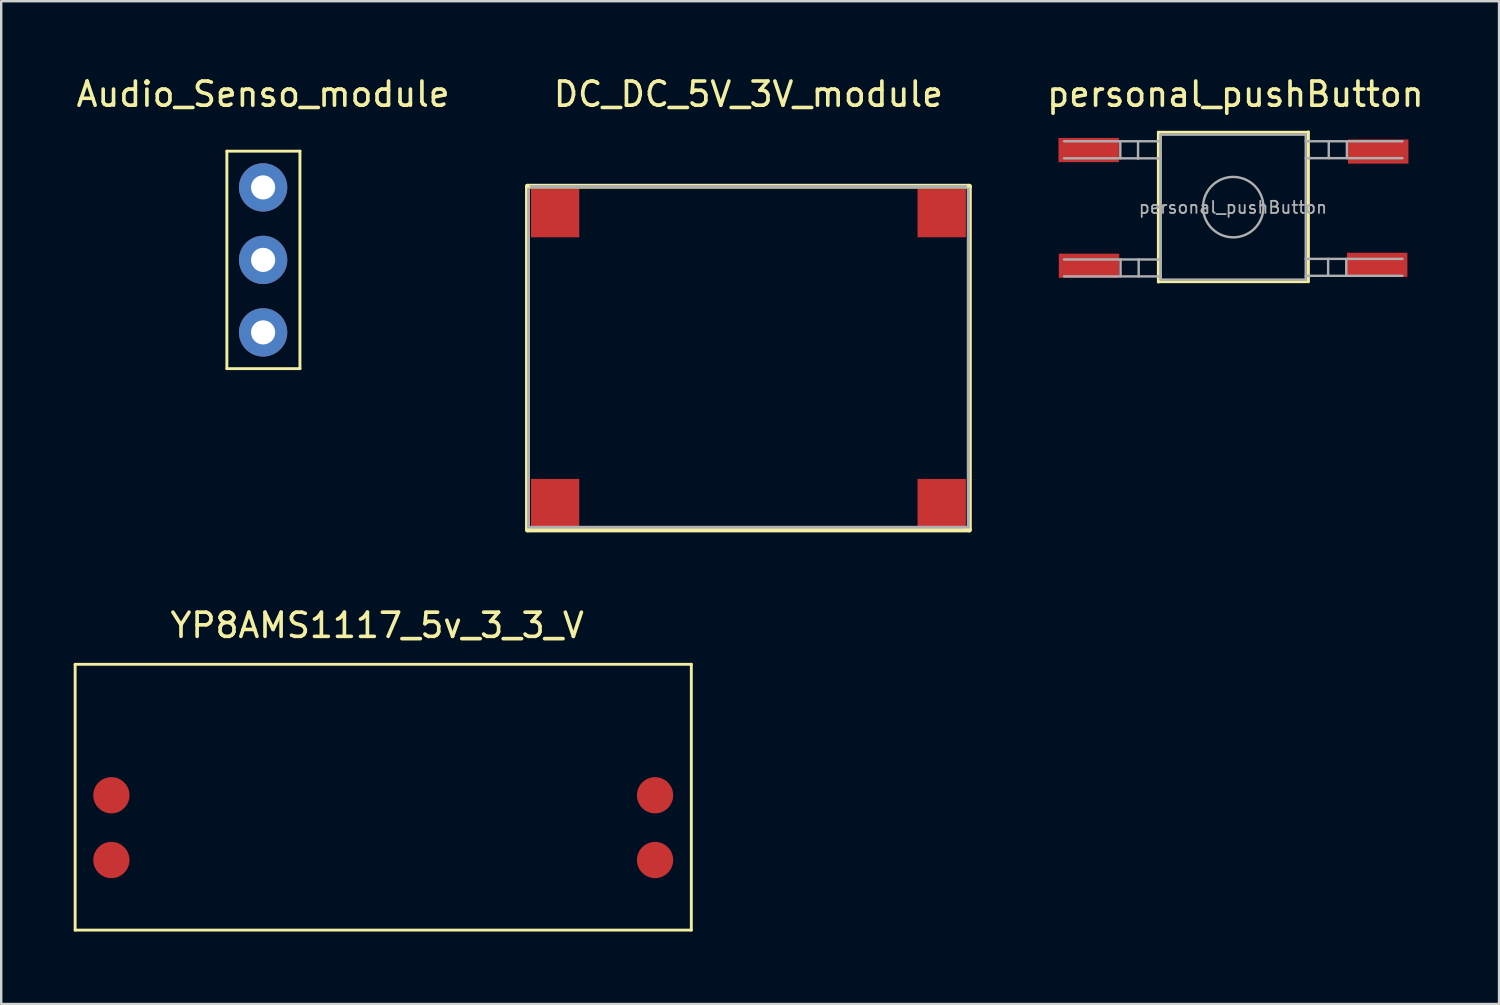
<source format=kicad_pcb>
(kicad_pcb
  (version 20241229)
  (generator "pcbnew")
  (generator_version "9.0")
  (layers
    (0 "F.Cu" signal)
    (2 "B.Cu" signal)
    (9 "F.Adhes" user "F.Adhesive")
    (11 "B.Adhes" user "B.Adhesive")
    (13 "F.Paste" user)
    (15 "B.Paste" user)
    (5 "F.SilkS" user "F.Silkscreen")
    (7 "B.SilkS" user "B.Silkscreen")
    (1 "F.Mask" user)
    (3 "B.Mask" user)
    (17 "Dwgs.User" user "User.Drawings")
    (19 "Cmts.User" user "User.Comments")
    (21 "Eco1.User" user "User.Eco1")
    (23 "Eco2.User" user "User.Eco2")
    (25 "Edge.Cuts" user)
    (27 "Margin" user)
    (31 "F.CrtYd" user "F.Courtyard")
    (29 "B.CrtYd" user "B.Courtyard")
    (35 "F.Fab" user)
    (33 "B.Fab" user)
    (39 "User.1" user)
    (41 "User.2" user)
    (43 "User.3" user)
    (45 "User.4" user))
  (footprint "Audio_Senso_module"
    (layer "F.Cu")
    (at 7.839 7.706)
    (property "Reference" "Audio_Senso_module" (at 0 -6.858 0) (layer "F.SilkS") (effects (font (size 1 1) (thickness 0.15))))
    (attr through_hole)
    (fp_line (start -1.5 -4.5) (end -1.5 4.5) (stroke (width 0.12) (type solid)) (layer "F.SilkS"))
    (fp_line (start -1.5 -4.5) (end 1.524 -4.5) (stroke (width 0.12) (type solid)) (layer "F.SilkS"))
    (fp_line (start -1.5 4.5) (end 1.524 4.5) (stroke (width 0.12) (type solid)) (layer "F.SilkS"))
    (fp_line (start 1.524 -4.5) (end 1.524 4.5) (stroke (width 0.12) (type solid)) (layer "F.SilkS"))
    (pad "1" thru_hole circle (at 0 3) (size 2 2) (drill 1) (layers "*.Cu" "*.Mask"))
    (pad "2" thru_hole circle (at 0 0) (size 2 2) (drill 1) (layers "*.Cu" "*.Mask"))
    (pad "3" thru_hole circle (at 0 -3) (size 2 2) (drill 1) (layers "*.Cu" "*.Mask")))
  (footprint "DC_DC_5V_3V_module"
    (layer "F.Cu")
    (at 27.923 11.77)
    (property "Reference" "DC_DC_5V_3V_module" (at 0 -10.922 0) (layer "F.SilkS") (effects (font (size 1 1) (thickness 0.15))))
    (attr through_hole)
    (fp_line (start -9.144 7.112) (end -9.144 -7.112) (stroke (width 0.2) (type solid)) (layer "F.SilkS"))
    (fp_line (start 9.144 -7.112) (end -9.144 -7.112) (stroke (width 0.2) (type solid)) (layer "F.SilkS"))
    (fp_line (start 9.144 7.112) (end -9.144 7.112) (stroke (width 0.2) (type solid)) (layer "F.SilkS"))
    (fp_line (start 9.144 7.112) (end 9.144 -7.112) (stroke (width 0.2) (type solid)) (layer "F.SilkS"))
    (fp_line (start -9.1 7) (end -9.1 -7) (stroke (width 0.12) (type solid)) (layer "F.Fab"))
    (fp_line (start -9 -7.1) (end 9 -7.1) (stroke (width 0.12) (type solid)) (layer "F.Fab"))
    (fp_line (start -9 7) (end 9 7) (stroke (width 0.12) (type solid)) (layer "F.Fab"))
    (fp_line (start 9.1 7) (end 9.1 -7) (stroke (width 0.12) (type solid)) (layer "F.Fab"))
    (pad "1" smd rect (at 8 6) (size 2 2) (layers "F.Cu" "F.Mask" "F.Paste"))
    (pad "2" smd rect (at -8 6) (size 2 2) (layers "F.Cu" "F.Mask" "F.Paste"))
    (pad "3" smd rect (at 8 -6) (size 2 2) (layers "F.Cu" "F.Mask" "F.Paste"))
    (pad "4" smd rect (at -8 -6) (size 2 2) (layers "F.Cu" "F.Mask" "F.Paste")))
  (footprint "YP8AMS1117_5v_3_3_V"
    (layer "F.Cu")
    (at 12.56 29.942)
    (property "Reference" "YP8AMS1117_5v_3_3_V" (at 0 -7.112 0) (layer "F.SilkS") (effects (font (size 1 1) (thickness 0.15))))
    (attr through_hole)
    (fp_line (start -12.5 -5.5) (end -12.5 5.5) (stroke (width 0.12) (type solid)) (layer "F.SilkS"))
    (fp_line (start -12.5 -5.5) (end 13 -5.5) (stroke (width 0.12) (type solid)) (layer "F.SilkS"))
    (fp_line (start -12.5 5.5) (end 13 5.5) (stroke (width 0.12) (type solid)) (layer "F.SilkS"))
    (fp_line (start 13 -5.5) (end 13 5.5) (stroke (width 0.12) (type solid)) (layer "F.SilkS"))
    (pad "1" smd circle (at -11 -0.08) (size 1.5 1.5) (layers "F.Cu" "F.Mask" "F.Paste"))
    (pad "2" smd circle (at -11 2.6) (size 1.5 1.5) (layers "F.Cu" "F.Mask" "F.Paste"))
    (pad "3" smd circle (at 11.5 -0.08) (size 1.5 1.5) (layers "F.Cu" "F.Mask" "F.Paste"))
    (pad "4" smd circle (at 11.5 2.6) (size 1.5 1.5) (layers "F.Cu" "F.Mask" "F.Paste")))
  (footprint "personal_pushButton"
    (layer "F.Cu")
    (at 47.988 5.522)
    (property "Reference" "personal_pushButton" (at 0.089 -4.674 0) (layer "F.SilkS") (effects (font (size 1 1) (thickness 0.15))))
    (attr smd)
    (fp_line (start -3.1 -3.1) (end 3.1 -3.1) (stroke (width 0.12) (type solid)) (layer "F.SilkS"))
    (fp_line (start -3.1 3.086) (end 3.1 3.086) (stroke (width 0.12) (type solid)) (layer "F.SilkS"))
    (fp_line (start -3.1 3.1) (end -3.1 -3.1) (stroke (width 0.12) (type solid)) (layer "F.SilkS"))
    (fp_line (start 3.111 3.086) (end 3.111 -3.114) (stroke (width 0.12) (type solid)) (layer "F.SilkS"))
    (fp_line (start -4.674 -2.718) (end -4.674 -2.018) (stroke (width 0.1) (type solid)) (layer "F.Fab"))
    (fp_line (start -4.664 2.166) (end -4.664 2.866) (stroke (width 0.1) (type solid)) (layer "F.Fab"))
    (fp_line (start -3.94 -2.705) (end -3.94 -2.005) (stroke (width 0.1) (type solid)) (layer "F.Fab"))
    (fp_line (start -3.914 2.166) (end -3.914 2.866) (stroke (width 0.1) (type solid)) (layer "F.Fab"))
    (fp_line (start -3 -3) (end 3 -3) (stroke (width 0.1) (type solid)) (layer "F.Fab"))
    (fp_line (start -3 -2.726) (end -7 -2.726) (stroke (width 0.1) (type solid)) (layer "F.Fab"))
    (fp_line (start -3 -2.02) (end -7 -2.02) (stroke (width 0.1) (type solid)) (layer "F.Fab"))
    (fp_line (start -3 2.166) (end -7 2.166) (stroke (width 0.1) (type solid)) (layer "F.Fab"))
    (fp_line (start -3 2.866) (end -7 2.866) (stroke (width 0.1) (type solid)) (layer "F.Fab"))
    (fp_line (start -3 3) (end -3 -3) (stroke (width 0.1) (type solid)) (layer "F.Fab"))
    (fp_line (start -3 3) (end 3 3) (stroke (width 0.1) (type solid)) (layer "F.Fab"))
    (fp_line (start 3 -3) (end 3 3) (stroke (width 0.1) (type solid)) (layer "F.Fab"))
    (fp_line (start 3 -2.726) (end 7 -2.726) (stroke (width 0.1) (type solid)) (layer "F.Fab"))
    (fp_line (start 3 -2.026) (end 7 -2.026) (stroke (width 0.1) (type solid)) (layer "F.Fab"))
    (fp_line (start 3 2.141) (end 7 2.141) (stroke (width 0.1) (type solid)) (layer "F.Fab"))
    (fp_line (start 3 2.841) (end 7 2.841) (stroke (width 0.1) (type solid)) (layer "F.Fab"))
    (fp_line (start 3.927 2.141) (end 3.927 2.841) (stroke (width 0.1) (type solid)) (layer "F.Fab"))
    (fp_line (start 3.953 -2.726) (end 3.953 -2.026) (stroke (width 0.1) (type solid)) (layer "F.Fab"))
    (fp_line (start 4.677 2.141) (end 4.677 2.841) (stroke (width 0.1) (type solid)) (layer "F.Fab"))
    (fp_line (start 4.702 -2.026) (end 4.702 -2.726) (stroke (width 0.1) (type solid)) (layer "F.Fab"))
    (fp_circle (center 0 0) (end 1.25 0) (stroke (width 0.1) (type solid)) (fill no) (layer "F.Fab"))
    (fp_text user "${REFERENCE}" (at -0.013 0.013 0) (layer "F.Fab") (effects (font (size 0.5 0.5) (thickness 0.075))))
    (pad "1" smd rect (at -5.982 -2.362) (size 2.5 1) (layers "F.Cu" "F.Mask" "F.Paste"))
    (pad "1" smd rect (at 6 -2.3) (size 2.5 1) (layers "F.Cu" "F.Mask" "F.Paste"))
    (pad "2" smd rect (at -5.969 2.426) (size 2.5 1) (layers "F.Cu" "F.Mask" "F.Paste"))
    (pad "2" smd rect (at 5.956 2.388) (size 2.5 1) (layers "F.Cu" "F.Mask" "F.Paste")))
  (gr_rect
    (start -3 -3)
    (end 58.988 38.502)
    (stroke (width 0.1) (type default))
    (fill no)
    (layer "Edge.Cuts")))
</source>
